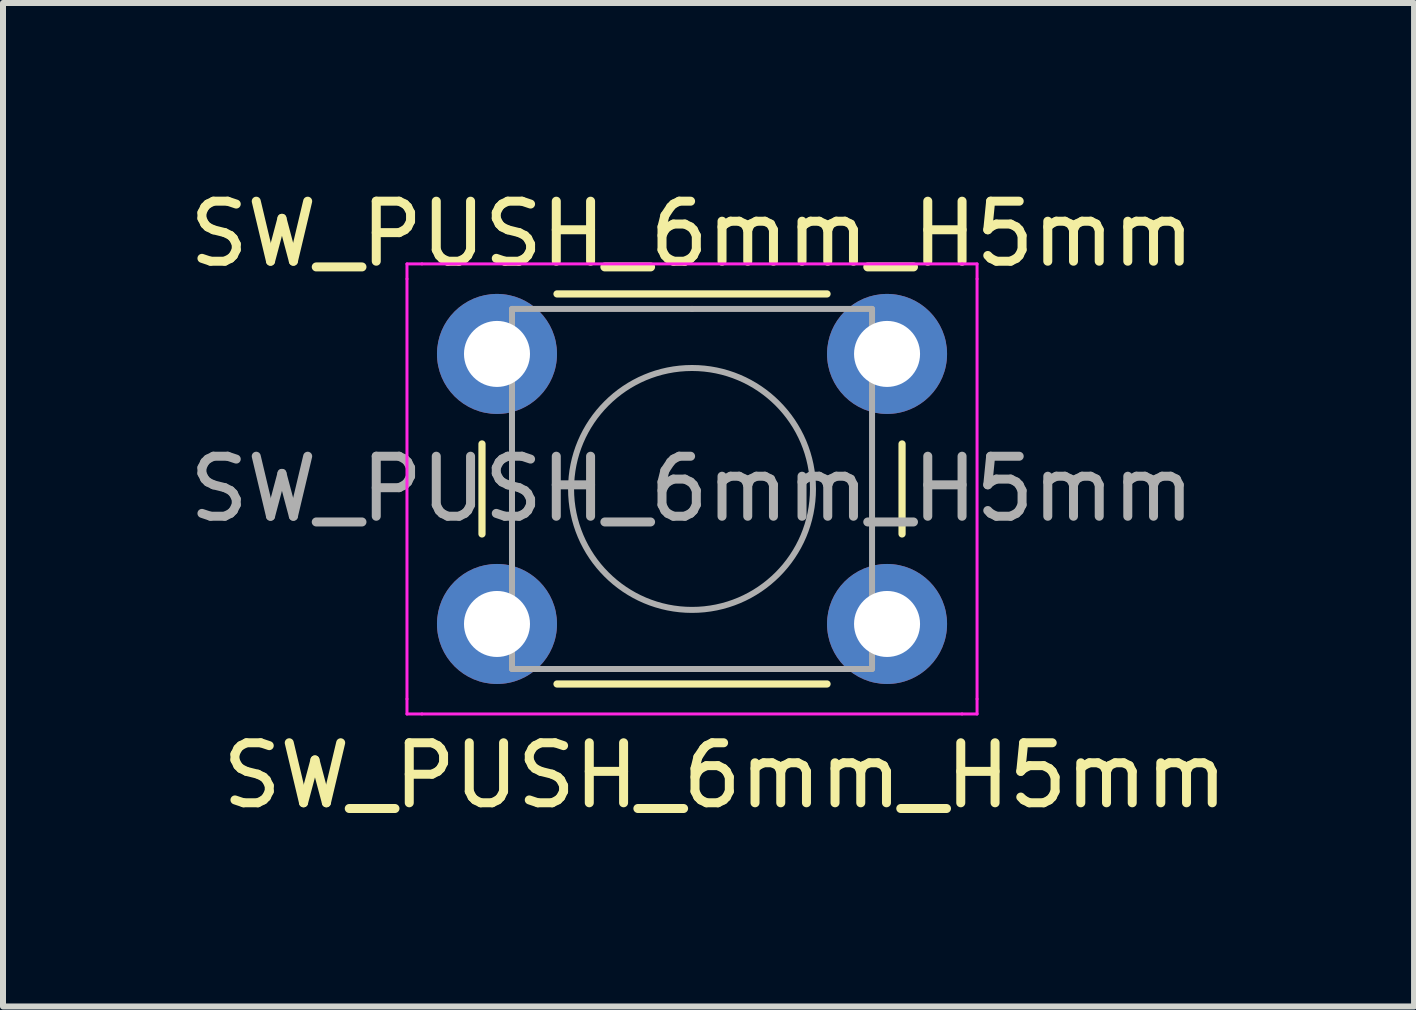
<source format=kicad_pcb>
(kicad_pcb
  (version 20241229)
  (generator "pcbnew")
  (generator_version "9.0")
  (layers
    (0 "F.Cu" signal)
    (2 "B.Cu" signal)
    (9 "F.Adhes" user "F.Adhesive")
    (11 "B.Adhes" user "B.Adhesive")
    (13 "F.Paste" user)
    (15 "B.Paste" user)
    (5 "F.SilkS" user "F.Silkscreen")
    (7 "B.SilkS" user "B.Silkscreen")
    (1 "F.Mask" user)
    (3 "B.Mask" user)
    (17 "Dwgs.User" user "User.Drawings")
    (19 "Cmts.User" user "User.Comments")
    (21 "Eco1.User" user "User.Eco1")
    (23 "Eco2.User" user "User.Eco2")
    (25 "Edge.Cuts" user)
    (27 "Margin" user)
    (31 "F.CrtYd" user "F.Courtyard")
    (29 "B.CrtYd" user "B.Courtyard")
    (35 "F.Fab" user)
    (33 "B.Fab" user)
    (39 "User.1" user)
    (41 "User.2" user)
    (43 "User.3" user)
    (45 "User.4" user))
  (footprint "SW_PUSH_6mm_H5mm"
    (layer "F.Cu")
    (at 5.232 2.848)
    (property "Reference" "SW_PUSH_6mm_H5mm" (at 3.25 -2 0) (layer "F.SilkS") (effects (font (size 1 1) (thickness 0.15))))
    (property "Value" "SW_PUSH_6mm_H5mm" (at 3.8 7.025 0) (layer "F.Fab") (hide yes) (effects (font (size 1 1) (thickness 0.15))))
    (attr through_hole)
    (fp_line (start -0.25 1.5) (end -0.25 3) (stroke (width 0.12) (type solid)) (layer "F.SilkS"))
    (fp_line (start 1 5.5) (end 5.5 5.5) (stroke (width 0.12) (type solid)) (layer "F.SilkS"))
    (fp_line (start 5.5 -1) (end 1 -1) (stroke (width 0.12) (type solid)) (layer "F.SilkS"))
    (fp_line (start 6.75 3) (end 6.75 1.5) (stroke (width 0.12) (type solid)) (layer "F.SilkS"))
    (fp_line (start -1.5 -1.5) (end -1.25 -1.5) (stroke (width 0.05) (type solid)) (layer "F.CrtYd"))
    (fp_line (start -1.5 -1.25) (end -1.5 -1.5) (stroke (width 0.05) (type solid)) (layer "F.CrtYd"))
    (fp_line (start -1.5 5.75) (end -1.5 -1.25) (stroke (width 0.05) (type solid)) (layer "F.CrtYd"))
    (fp_line (start -1.5 5.75) (end -1.5 6) (stroke (width 0.05) (type solid)) (layer "F.CrtYd"))
    (fp_line (start -1.5 6) (end -1.25 6) (stroke (width 0.05) (type solid)) (layer "F.CrtYd"))
    (fp_line (start -1.25 -1.5) (end 7.75 -1.5) (stroke (width 0.05) (type solid)) (layer "F.CrtYd"))
    (fp_line (start 7.75 -1.5) (end 8 -1.5) (stroke (width 0.05) (type solid)) (layer "F.CrtYd"))
    (fp_line (start 7.75 6) (end -1.25 6) (stroke (width 0.05) (type solid)) (layer "F.CrtYd"))
    (fp_line (start 7.75 6) (end 8 6) (stroke (width 0.05) (type solid)) (layer "F.CrtYd"))
    (fp_line (start 8 -1.5) (end 8 -1.25) (stroke (width 0.05) (type solid)) (layer "F.CrtYd"))
    (fp_line (start 8 -1.25) (end 8 5.75) (stroke (width 0.05) (type solid)) (layer "F.CrtYd"))
    (fp_line (start 8 6) (end 8 5.75) (stroke (width 0.05) (type solid)) (layer "F.CrtYd"))
    (fp_line (start 0.25 -0.75) (end 3.25 -0.75) (stroke (width 0.1) (type solid)) (layer "F.Fab"))
    (fp_line (start 0.25 5.25) (end 0.25 -0.75) (stroke (width 0.1) (type solid)) (layer "F.Fab"))
    (fp_line (start 3.25 -0.75) (end 6.25 -0.75) (stroke (width 0.1) (type solid)) (layer "F.Fab"))
    (fp_line (start 6.25 -0.75) (end 6.25 5.25) (stroke (width 0.1) (type solid)) (layer "F.Fab"))
    (fp_line (start 6.25 5.25) (end 0.25 5.25) (stroke (width 0.1) (type solid)) (layer "F.Fab"))
    (fp_circle (center 3.25 2.25) (end 1.25 2.5) (stroke (width 0.1) (type solid)) (fill no) (layer "F.Fab"))
    (fp_text user "${VALUE}" (at 3.8 7.025 0) (layer "F.SilkS") (effects (font (size 1 1) (thickness 0.15))))
    (fp_text user "${REFERENCE}" (at 3.25 2.25 0) (layer "F.Fab") (effects (font (size 1 1) (thickness 0.15))))
    (pad "1" thru_hole circle (at 0 0 90) (size 2 2) (drill 1.1) (layers "*.Cu" "*.Mask"))
    (pad "1" thru_hole circle (at 6.5 0 90) (size 2 2) (drill 1.1) (layers "*.Cu" "*.Mask"))
    (pad "2" thru_hole circle (at 0 4.5 90) (size 2 2) (drill 1.1) (layers "*.Cu" "*.Mask"))
    (pad "2" thru_hole circle (at 6.5 4.5 90) (size 2 2) (drill 1.1) (layers "*.Cu" "*.Mask")))
  (gr_rect
    (start -3 -3)
    (end 20.514 13.722)
    (stroke (width 0.1) (type default))
    (fill no)
    (layer "Edge.Cuts")))
</source>
